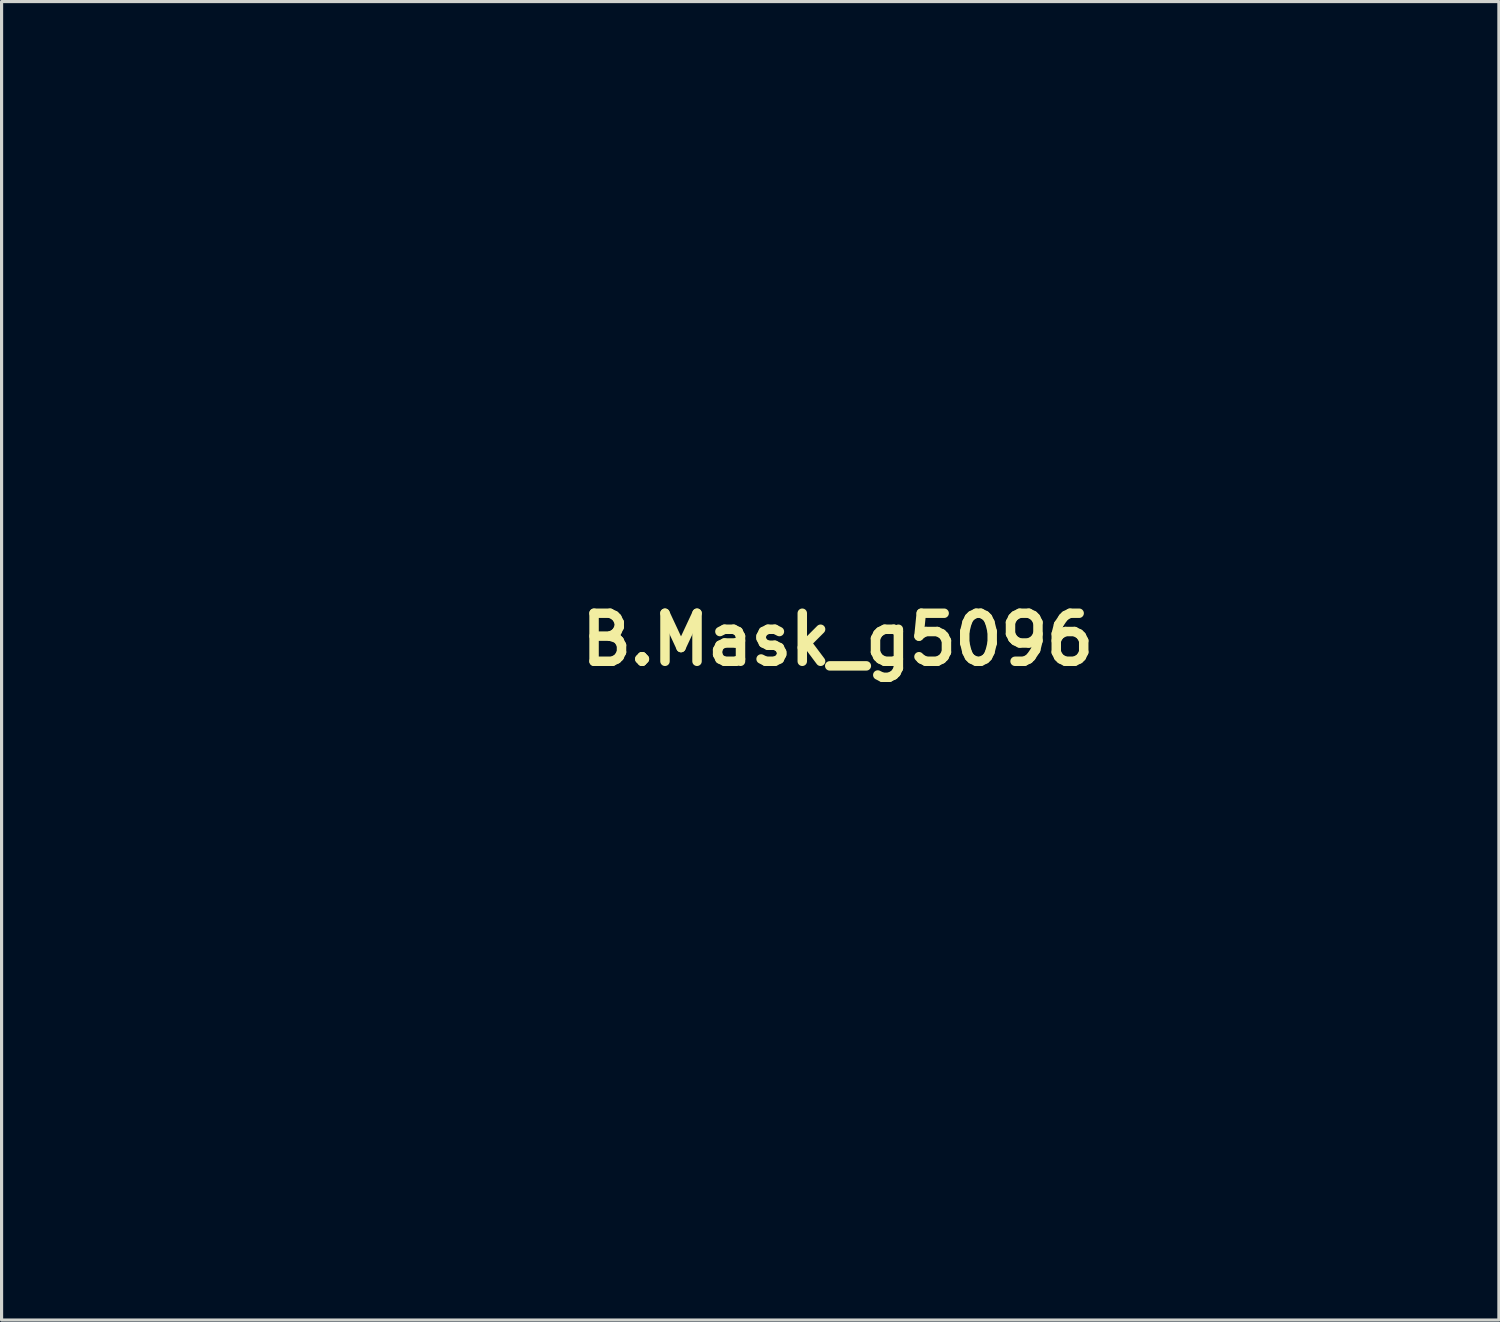
<source format=kicad_pcb>
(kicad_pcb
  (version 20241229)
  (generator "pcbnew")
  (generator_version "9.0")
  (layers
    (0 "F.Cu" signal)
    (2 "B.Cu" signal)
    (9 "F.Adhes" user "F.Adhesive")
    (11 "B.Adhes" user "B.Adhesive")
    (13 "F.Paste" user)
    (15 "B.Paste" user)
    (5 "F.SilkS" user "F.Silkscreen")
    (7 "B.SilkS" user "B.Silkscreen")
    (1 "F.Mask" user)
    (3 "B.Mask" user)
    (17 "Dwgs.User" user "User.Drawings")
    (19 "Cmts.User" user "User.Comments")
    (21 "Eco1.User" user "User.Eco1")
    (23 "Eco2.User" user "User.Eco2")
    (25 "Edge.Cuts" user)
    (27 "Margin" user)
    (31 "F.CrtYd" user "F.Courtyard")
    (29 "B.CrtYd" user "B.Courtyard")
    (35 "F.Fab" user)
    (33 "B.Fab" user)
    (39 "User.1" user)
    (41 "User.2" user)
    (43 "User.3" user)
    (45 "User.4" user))
  (footprint "B.Mask_g5096"
    (layer "F.Cu")
    (at 23.52 17.234)
    (property "Reference" "B.Mask_g5096" (at 0 0 0) (layer "F.SilkS") (effects (font (size 1.524 1.524) (thickness 0.3))))
    (attr through_hole)
    (fp_poly (pts (xy -18.004 12.035) (xy -18.031 12.074) (xy -18.07 12.109) (xy -18.175 12.18) (xy -18.232 12.18) (xy -18.246 12.133) (xy -18.208 12.068) (xy -18.111 12.029) (xy -18.041 12.024) (xy -18.004 12.035)) (stroke (width 0.01) (type solid)) (fill yes) (layer "B.Mask"))
    (fp_poly (pts (xy -18.835 7.513) (xy -18.704 7.551) (xy -18.605 7.603) (xy -18.55 7.663) (xy -18.553 7.727) (xy -18.624 7.788) (xy -18.739 7.819) (xy -18.9 7.829) (xy -19.072 7.818) (xy -19.219 7.787) (xy -19.272 7.765) (xy -19.366 7.689) (xy -19.38 7.613) (xy -19.313 7.549) (xy -19.28 7.534) (xy -19.136 7.5) (xy -18.984 7.494) (xy -18.835 7.513)) (stroke (width 0.01) (type solid)) (fill yes) (layer "B.Mask"))
    (fp_poly (pts (xy -18.487 -1.295) (xy -18.356 -1.248) (xy -18.217 -1.189) (xy -18.04 -1.089) (xy -17.924 -0.99) (xy -17.875 -0.899) (xy -17.886 -0.846) (xy -17.951 -0.813) (xy -18.064 -0.809) (xy -18.196 -0.832) (xy -18.309 -0.875) (xy -18.456 -0.967) (xy -18.569 -1.068) (xy -18.642 -1.166) (xy -18.667 -1.247) (xy -18.637 -1.299) (xy -18.574 -1.312) (xy -18.487 -1.295)) (stroke (width 0.01) (type solid)) (fill yes) (layer "B.Mask"))
    (fp_poly (pts (xy -19.796 15.413) (xy -19.77 15.433) (xy -19.749 15.486) (xy -19.725 15.589) (xy -19.693 15.757) (xy -19.688 15.785) (xy -19.652 15.945) (xy -19.593 16.168) (xy -19.519 16.433) (xy -19.433 16.725) (xy -19.341 17.023) (xy -19.25 17.309) (xy -19.164 17.566) (xy -19.09 17.776) (xy -19.047 17.885) (xy -18.986 18.042) (xy -18.942 18.18) (xy -18.923 18.271) (xy -18.923 18.277) (xy -18.948 18.358) (xy -19.017 18.375) (xy -19.121 18.331) (xy -19.251 18.229) (xy -19.308 18.172) (xy -19.572 17.862) (xy -19.788 17.543) (xy -19.942 17.234) (xy -19.965 17.172) (xy -20.026 16.954) (xy -20.065 16.709) (xy -20.085 16.452) (xy -20.085 16.197) (xy -20.068 15.956) (xy -20.033 15.743) (xy -19.983 15.572) (xy -19.918 15.456) (xy -19.839 15.41) (xy -19.831 15.409) (xy -19.796 15.413)) (stroke (width 0.01) (type solid)) (fill yes) (layer "B.Mask"))
    (fp_poly (pts (xy -22.407 -1.416) (xy -22.37 -1.391) (xy -22.347 -1.35) (xy -22.347 -1.286) (xy -22.372 -1.181) (xy -22.425 -1.019) (xy -22.44 -0.977) (xy -22.5 -0.795) (xy -22.57 -0.561) (xy -22.646 -0.291) (xy -22.725 0.003) (xy -22.803 0.307) (xy -22.878 0.607) (xy -22.945 0.889) (xy -23.001 1.14) (xy -23.043 1.346) (xy -23.067 1.493) (xy -23.072 1.55) (xy -23.107 1.564) (xy -23.15 1.566) (xy -23.223 1.531) (xy -23.276 1.46) (xy -23.314 1.334) (xy -23.348 1.147) (xy -23.375 0.92) (xy -23.393 0.676) (xy -23.4 0.439) (xy -23.394 0.231) (xy -23.394 0.223) (xy -23.369 0.019) (xy -23.328 -0.189) (xy -23.28 -0.358) (xy -23.277 -0.367) (xy -23.167 -0.623) (xy -23.039 -0.859) (xy -22.901 -1.065) (xy -22.761 -1.232) (xy -22.627 -1.353) (xy -22.507 -1.417) (xy -22.407 -1.416)) (stroke (width 0.01) (type solid)) (fill yes) (layer "B.Mask"))
    (fp_poly (pts (xy -22.93 8.915) (xy -22.875 8.96) (xy -22.873 9.048) (xy -22.876 9.065) (xy -22.893 9.195) (xy -22.907 9.395) (xy -22.918 9.646) (xy -22.926 9.934) (xy -22.93 10.241) (xy -22.931 10.551) (xy -22.927 10.849) (xy -22.919 11.118) (xy -22.91 11.299) (xy -22.897 11.528) (xy -22.888 11.73) (xy -22.884 11.888) (xy -22.886 11.986) (xy -22.889 12.008) (xy -22.94 12.062) (xy -23.014 12.04) (xy -23.104 11.948) (xy -23.132 11.906) (xy -23.192 11.796) (xy -23.266 11.632) (xy -23.341 11.442) (xy -23.375 11.345) (xy -23.436 11.16) (xy -23.476 11.01) (xy -23.5 10.866) (xy -23.511 10.699) (xy -23.515 10.481) (xy -23.515 10.435) (xy -23.513 10.201) (xy -23.504 10.023) (xy -23.483 9.873) (xy -23.446 9.722) (xy -23.392 9.547) (xy -23.297 9.3) (xy -23.195 9.106) (xy -23.092 8.974) (xy -22.994 8.912) (xy -22.93 8.915)) (stroke (width 0.01) (type solid)) (fill yes) (layer "B.Mask"))
    (fp_poly (pts (xy 13.942 -16.343) (xy 14.171 -16.278) (xy 14.327 -16.186) (xy 14.488 -16.045) (xy 14.633 -15.88) (xy 14.738 -15.715) (xy 14.773 -15.628) (xy 14.802 -15.455) (xy 14.812 -15.223) (xy 14.805 -14.955) (xy 14.781 -14.675) (xy 14.757 -14.499) (xy 14.728 -14.245) (xy 14.738 -14.066) (xy 14.787 -13.961) (xy 14.877 -13.928) (xy 15.008 -13.968) (xy 15.156 -14.06) (xy 15.451 -14.236) (xy 15.733 -14.33) (xy 15.998 -14.342) (xy 16.243 -14.274) (xy 16.463 -14.125) (xy 16.656 -13.898) (xy 16.79 -13.655) (xy 16.899 -13.326) (xy 16.929 -12.99) (xy 16.878 -12.642) (xy 16.747 -12.278) (xy 16.612 -12.022) (xy 16.512 -11.826) (xy 16.45 -11.648) (xy 16.428 -11.503) (xy 16.45 -11.406) (xy 16.472 -11.384) (xy 16.537 -11.368) (xy 16.666 -11.356) (xy 16.838 -11.348) (xy 16.972 -11.346) (xy 17.412 -11.345) (xy 17.575 -11.168) (xy 17.689 -11.025) (xy 17.802 -10.852) (xy 17.854 -10.756) (xy 17.916 -10.616) (xy 17.95 -10.49) (xy 17.964 -10.343) (xy 17.965 -10.181) (xy 17.939 -9.85) (xy 17.877 -9.518) (xy 17.785 -9.209) (xy 17.668 -8.942) (xy 17.541 -8.747) (xy 17.436 -8.632) (xy 17.361 -8.582) (xy 17.299 -8.594) (xy 17.239 -8.655) (xy 17.163 -8.774) (xy 17.114 -8.878) (xy 17.081 -8.97) (xy 17.028 -9.116) (xy 16.965 -9.292) (xy 16.934 -9.377) (xy 16.775 -9.767) (xy 16.563 -10.205) (xy 16.306 -10.679) (xy 16.011 -11.178) (xy 15.683 -11.688) (xy 15.331 -12.199) (xy 15.134 -12.47) (xy 14.858 -12.809) (xy 14.532 -13.152) (xy 14.147 -13.505) (xy 13.699 -13.873) (xy 13.179 -14.263) (xy 13.006 -14.387) (xy 12.789 -14.545) (xy 12.634 -14.669) (xy 12.532 -14.771) (xy 12.476 -14.863) (xy 12.455 -14.956) (xy 12.461 -15.061) (xy 12.464 -15.08) (xy 12.519 -15.282) (xy 12.617 -15.514) (xy 12.744 -15.743) (xy 12.882 -15.938) (xy 12.893 -15.951) (xy 13.114 -16.149) (xy 13.374 -16.284) (xy 13.655 -16.35) (xy 13.942 -16.343)) (stroke (width 0.01) (type solid)) (fill yes) (layer "B.Mask"))
    (fp_poly (pts (xy -2.301 -17.201) (xy -2.074 -17.111) (xy -1.874 -16.954) (xy -1.694 -16.723) (xy -1.565 -16.493) (xy -1.472 -16.251) (xy -1.44 -16.029) (xy -1.471 -15.841) (xy -1.508 -15.767) (xy -1.57 -15.698) (xy -1.682 -15.594) (xy -1.826 -15.472) (xy -1.942 -15.38) (xy -2.198 -15.167) (xy -2.491 -14.899) (xy -2.81 -14.587) (xy -3.144 -14.245) (xy -3.479 -13.886) (xy -3.804 -13.521) (xy -4.108 -13.163) (xy -4.378 -12.827) (xy -4.56 -12.582) (xy -4.83 -12.177) (xy -5.114 -11.696) (xy -5.413 -11.135) (xy -5.446 -11.07) (xy -5.614 -10.749) (xy -5.752 -10.506) (xy -5.859 -10.343) (xy -5.936 -10.258) (xy -5.967 -10.245) (xy -6.015 -10.274) (xy -6.091 -10.349) (xy -6.12 -10.382) (xy -6.303 -10.661) (xy -6.43 -10.995) (xy -6.499 -11.373) (xy -6.507 -11.784) (xy -6.505 -11.811) (xy -6.466 -12.165) (xy -6.4 -12.443) (xy -6.304 -12.647) (xy -6.177 -12.781) (xy -6.017 -12.85) (xy -5.981 -12.856) (xy -5.774 -12.857) (xy -5.551 -12.814) (xy -5.354 -12.738) (xy -5.288 -12.697) (xy -5.159 -12.627) (xy -5.069 -12.631) (xy -5.016 -12.708) (xy -5.013 -12.721) (xy -5.001 -12.802) (xy -5.007 -12.893) (xy -5.038 -13.007) (xy -5.096 -13.16) (xy -5.187 -13.364) (xy -5.262 -13.525) (xy -5.355 -13.726) (xy -5.418 -13.874) (xy -5.455 -13.992) (xy -5.475 -14.104) (xy -5.481 -14.234) (xy -5.482 -14.352) (xy -5.478 -14.543) (xy -5.462 -14.684) (xy -5.427 -14.81) (xy -5.363 -14.953) (xy -5.343 -14.996) (xy -5.178 -15.27) (xy -4.994 -15.462) (xy -4.792 -15.571) (xy -4.576 -15.598) (xy -4.346 -15.542) (xy -4.104 -15.402) (xy -3.98 -15.3) (xy -3.816 -15.164) (xy -3.69 -15.086) (xy -3.598 -15.07) (xy -3.537 -15.121) (xy -3.501 -15.242) (xy -3.488 -15.437) (xy -3.493 -15.711) (xy -3.497 -15.801) (xy -3.506 -16.145) (xy -3.49 -16.421) (xy -3.447 -16.642) (xy -3.375 -16.823) (xy -3.271 -16.977) (xy -3.255 -16.996) (xy -3.118 -17.115) (xy -2.946 -17.189) (xy -2.721 -17.224) (xy -2.564 -17.229) (xy -2.301 -17.201)) (stroke (width 0.01) (type solid)) (fill yes) (layer "B.Mask"))
    (fp_poly (pts (xy -21.184 -2.134) (xy -21.009 -2.092) (xy -20.794 -2.025) (xy -20.528 -1.932) (xy -20.203 -1.809) (xy -19.81 -1.656) (xy -19.782 -1.645) (xy -18.927 -1.307) (xy -19.012 -1.089) (xy -19.064 -0.962) (xy -19.105 -0.866) (xy -19.121 -0.834) (xy -19.172 -0.82) (xy -19.291 -0.815) (xy -19.462 -0.818) (xy -19.616 -0.825) (xy -19.832 -0.835) (xy -19.97 -0.833) (xy -20.031 -0.815) (xy -20.014 -0.78) (xy -19.918 -0.726) (xy -19.742 -0.651) (xy -19.537 -0.572) (xy -19.358 -0.502) (xy -19.206 -0.44) (xy -19.101 -0.394) (xy -19.065 -0.373) (xy -19.031 -0.308) (xy -19.016 -0.202) (xy -19.016 -0.199) (xy -18.997 -0.101) (xy -18.948 0.047) (xy -18.878 0.218) (xy -18.842 0.294) (xy -18.762 0.476) (xy -18.702 0.641) (xy -18.671 0.766) (xy -18.669 0.794) (xy -18.66 0.937) (xy -18.621 1.026) (xy -18.539 1.073) (xy -18.397 1.091) (xy -18.277 1.091) (xy -18.047 1.106) (xy -17.818 1.15) (xy -17.605 1.218) (xy -17.426 1.303) (xy -17.298 1.398) (xy -17.237 1.496) (xy -17.237 1.499) (xy -17.247 1.605) (xy -17.327 1.666) (xy -17.475 1.681) (xy -17.69 1.651) (xy -17.969 1.576) (xy -18.186 1.503) (xy -18.359 1.441) (xy -18.503 1.392) (xy -18.599 1.361) (xy -18.627 1.355) (xy -18.655 1.392) (xy -18.683 1.484) (xy -18.689 1.513) (xy -18.745 1.729) (xy -18.825 1.874) (xy -18.939 1.963) (xy -19.022 1.993) (xy -19.196 2.04) (xy -19.081 2.124) (xy -18.99 2.219) (xy -18.969 2.308) (xy -19.02 2.375) (xy -19.074 2.396) (xy -19.168 2.406) (xy -19.316 2.406) (xy -19.489 2.397) (xy -19.514 2.395) (xy -19.714 2.384) (xy -19.832 2.394) (xy -19.869 2.423) (xy -19.827 2.471) (xy -19.706 2.535) (xy -19.506 2.617) (xy -19.309 2.686) (xy -19.162 2.738) (xy -19.08 2.778) (xy -19.045 2.82) (xy -19.041 2.878) (xy -19.044 2.903) (xy -19.089 3.116) (xy -19.163 3.279) (xy -19.259 3.376) (xy -19.262 3.377) (xy -19.381 3.407) (xy -19.579 3.414) (xy -19.851 3.398) (xy -20.197 3.36) (xy -20.611 3.298) (xy -20.63 3.295) (xy -20.883 3.257) (xy -21.06 3.237) (xy -21.17 3.236) (xy -21.217 3.251) (xy -21.249 3.311) (xy -21.217 3.371) (xy -21.116 3.434) (xy -20.94 3.504) (xy -20.794 3.551) (xy -20.564 3.627) (xy -20.41 3.69) (xy -20.327 3.745) (xy -20.31 3.797) (xy -20.351 3.851) (xy -20.411 3.893) (xy -20.529 3.952) (xy -20.642 3.971) (xy -20.785 3.954) (xy -20.863 3.937) (xy -21.022 3.875) (xy -21.197 3.768) (xy -21.371 3.631) (xy -21.53 3.478) (xy -21.658 3.325) (xy -21.739 3.185) (xy -21.759 3.097) (xy -21.722 3.013) (xy -21.621 2.914) (xy -21.474 2.81) (xy -21.299 2.71) (xy -21.113 2.626) (xy -20.934 2.566) (xy -20.779 2.54) (xy -20.763 2.54) (xy -20.589 2.521) (xy -20.478 2.458) (xy -20.421 2.339) (xy -20.405 2.162) (xy -20.394 1.987) (xy -20.36 1.884) (xy -20.339 1.861) (xy -20.285 1.777) (xy -20.304 1.687) (xy -20.386 1.599) (xy -20.52 1.523) (xy -20.697 1.468) (xy -20.812 1.449) (xy -20.93 1.443) (xy -20.986 1.466) (xy -20.985 1.531) (xy -20.929 1.649) (xy -20.902 1.698) (xy -20.807 1.868) (xy -21.061 2.098) (xy -21.314 2.303) (xy -21.541 2.433) (xy -21.754 2.492) (xy -21.962 2.482) (xy -22.169 2.409) (xy -22.335 2.301) (xy -22.5 2.147) (xy -22.638 1.975) (xy -22.728 1.809) (xy -22.737 1.782) (xy -22.76 1.661) (xy -21.626 1.661) (xy -21.618 1.712) (xy -21.569 1.772) (xy -21.504 1.751) (xy -21.438 1.672) (xy -21.394 1.564) (xy -21.406 1.48) (xy -21.471 1.44) (xy -21.484 1.439) (xy -21.55 1.476) (xy -21.603 1.561) (xy -21.626 1.661) (xy -22.76 1.661) (xy -22.771 1.606) (xy -22.766 1.459) (xy -22.724 1.357) (xy -22.662 1.32) (xy -22.545 1.28) (xy -22.506 1.207) (xy -22.545 1.103) (xy -22.58 1.056) (xy -22.666 0.893) (xy -22.697 0.688) (xy -22.678 0.461) (xy -22.612 0.23) (xy -22.503 0.017) (xy -22.371 -0.144) (xy -22.272 -0.244) (xy -22.204 -0.324) (xy -22.183 -0.36) (xy -22.157 -0.416) (xy -22.112 -0.473) (xy -22.063 -0.573) (xy -22.049 -0.733) (xy -22.05 -0.768) (xy -22.051 -0.88) (xy -22.035 -0.963) (xy -21.992 -1.041) (xy -21.909 -1.14) (xy -21.824 -1.23) (xy -21.714 -1.35) (xy -21.632 -1.448) (xy -21.592 -1.509) (xy -21.59 -1.516) (xy -21.627 -1.592) (xy -21.73 -1.634) (xy -21.883 -1.635) (xy -21.907 -1.632) (xy -22.024 -1.618) (xy -22.081 -1.628) (xy -22.097 -1.667) (xy -22.098 -1.686) (xy -22.064 -1.768) (xy -21.976 -1.872) (xy -21.853 -1.977) (xy -21.717 -2.067) (xy -21.647 -2.101) (xy -21.548 -2.135) (xy -21.444 -2.154) (xy -21.326 -2.154) (xy -21.184 -2.134)) (stroke (width 0.01) (type solid)) (fill yes) (layer "B.Mask"))
    (fp_poly (pts (xy -18.418 13.492) (xy -18.381 13.516) (xy -18.309 13.55) (xy -18.177 13.591) (xy -18.006 13.633) (xy -17.907 13.653) (xy -17.733 13.687) (xy -17.593 13.716) (xy -17.505 13.737) (xy -17.487 13.744) (xy -17.502 13.78) (xy -17.563 13.855) (xy -17.611 13.906) (xy -17.689 13.996) (xy -17.728 14.061) (xy -17.729 14.078) (xy -17.682 14.072) (xy -17.58 14.033) (xy -17.443 13.971) (xy -17.402 13.95) (xy -17.224 13.869) (xy -17.043 13.801) (xy -16.897 13.759) (xy -16.89 13.758) (xy -16.759 13.738) (xy -16.677 13.746) (xy -16.608 13.787) (xy -16.574 13.817) (xy -16.476 13.886) (xy -16.332 13.96) (xy -16.218 14.007) (xy -16.012 14.105) (xy -15.871 14.228) (xy -15.856 14.246) (xy -15.752 14.354) (xy -15.655 14.384) (xy -15.554 14.335) (xy -15.455 14.228) (xy -15.285 14.058) (xy -15.06 13.897) (xy -14.811 13.764) (xy -14.676 13.711) (xy -14.513 13.666) (xy -14.412 13.666) (xy -14.362 13.715) (xy -14.351 13.791) (xy -14.392 13.911) (xy -14.515 14.048) (xy -14.718 14.202) (xy -15 14.372) (xy -15.11 14.43) (xy -15.297 14.53) (xy -15.42 14.602) (xy -15.49 14.656) (xy -15.519 14.699) (xy -15.519 14.742) (xy -15.517 14.748) (xy -15.493 14.841) (xy -15.46 14.978) (xy -15.442 15.057) (xy -15.417 15.19) (xy -15.419 15.281) (xy -15.457 15.368) (xy -15.506 15.446) (xy -15.619 15.616) (xy -15.461 15.629) (xy -15.361 15.65) (xy -15.319 15.694) (xy -15.337 15.769) (xy -15.418 15.879) (xy -15.564 16.03) (xy -15.654 16.115) (xy -15.785 16.242) (xy -15.884 16.35) (xy -15.94 16.425) (xy -15.946 16.453) (xy -15.896 16.449) (xy -15.79 16.412) (xy -15.645 16.348) (xy -15.544 16.298) (xy -15.383 16.216) (xy -15.25 16.153) (xy -15.162 16.115) (xy -15.138 16.108) (xy -15.101 16.145) (xy -15.057 16.24) (xy -15.014 16.365) (xy -14.982 16.495) (xy -14.966 16.604) (xy -14.97 16.654) (xy -15.027 16.752) (xy -15.143 16.889) (xy -15.306 17.055) (xy -15.506 17.239) (xy -15.732 17.433) (xy -15.973 17.626) (xy -16.218 17.809) (xy -16.351 17.902) (xy -16.476 18.006) (xy -16.563 18.116) (xy -16.599 18.213) (xy -16.58 18.274) (xy -16.535 18.265) (xy -16.434 18.221) (xy -16.294 18.149) (xy -16.183 18.088) (xy -15.946 17.957) (xy -15.773 17.875) (xy -15.66 17.84) (xy -15.603 17.852) (xy -15.596 17.912) (xy -15.636 18.02) (xy -15.663 18.075) (xy -15.806 18.268) (xy -16.009 18.42) (xy -16.255 18.525) (xy -16.526 18.577) (xy -16.804 18.571) (xy -16.965 18.537) (xy -17.062 18.495) (xy -17.099 18.43) (xy -17.103 18.378) (xy -17.077 18.195) (xy -17.007 17.971) (xy -16.903 17.73) (xy -16.775 17.495) (xy -16.635 17.291) (xy -16.589 17.234) (xy -16.465 17.053) (xy -16.422 16.883) (xy -16.46 16.729) (xy -16.517 16.651) (xy -16.586 16.537) (xy -16.602 16.383) (xy -16.602 16.382) (xy -16.612 16.249) (xy -16.653 16.189) (xy -16.653 16.188) (xy -16.741 16.19) (xy -16.867 16.232) (xy -17.01 16.303) (xy -17.146 16.389) (xy -17.253 16.477) (xy -17.31 16.554) (xy -17.314 16.574) (xy -17.277 16.622) (xy -17.185 16.671) (xy -17.145 16.684) (xy -17.04 16.72) (xy -16.981 16.75) (xy -16.976 16.757) (xy -16.985 16.805) (xy -17.01 16.917) (xy -17.047 17.076) (xy -17.084 17.233) (xy -17.168 17.541) (xy -17.26 17.776) (xy -17.366 17.952) (xy -17.495 18.083) (xy -17.655 18.18) (xy -17.664 18.184) (xy -17.921 18.269) (xy -18.169 18.288) (xy -18.394 18.243) (xy -18.582 18.137) (xy -18.696 18.01) (xy -18.743 17.926) (xy -18.743 17.86) (xy -18.698 17.771) (xy -18.639 17.639) (xy -18.627 17.545) (xy -18.664 17.501) (xy -18.713 17.505) (xy -18.827 17.501) (xy -18.939 17.428) (xy -19.042 17.299) (xy -19.129 17.129) (xy -19.155 17.05) (xy -17.772 17.05) (xy -17.743 17.172) (xy -17.743 17.172) (xy -17.686 17.251) (xy -17.632 17.25) (xy -17.591 17.176) (xy -17.576 17.089) (xy -17.574 16.985) (xy -17.6 16.941) (xy -17.652 16.933) (xy -17.739 16.965) (xy -17.772 17.05) (xy -19.155 17.05) (xy -19.193 16.934) (xy -19.229 16.728) (xy -19.228 16.525) (xy -19.21 16.423) (xy -19.172 16.17) (xy -19.179 15.937) (xy -19.231 15.745) (xy -19.29 15.647) (xy -19.362 15.541) (xy -19.379 15.439) (xy -19.37 15.369) (xy -19.334 15.141) (xy -19.315 14.948) (xy -19.314 14.804) (xy -19.331 14.724) (xy -19.34 14.715) (xy -19.421 14.71) (xy -19.516 14.766) (xy -19.603 14.87) (xy -19.624 14.905) (xy -19.686 15) (xy -19.734 15.022) (xy -19.765 14.983) (xy -19.778 14.893) (xy -19.77 14.764) (xy -19.741 14.607) (xy -19.696 14.457) (xy -19.577 14.232) (xy -19.382 14.018) (xy -19.108 13.812) (xy -18.843 13.659) (xy -18.665 13.567) (xy -18.545 13.512) (xy -18.468 13.489) (xy -18.418 13.492)) (stroke (width 0.01) (type solid)) (fill yes) (layer "B.Mask"))
    (fp_poly (pts (xy -19.663 7.885) (xy -19.686 8.052) (xy -19.716 8.167) (xy -19.768 8.246) (xy -19.857 8.302) (xy -19.998 8.351) (xy -20.201 8.405) (xy -20.354 8.448) (xy -20.484 8.491) (xy -20.551 8.519) (xy -20.611 8.556) (xy -20.596 8.579) (xy -20.552 8.598) (xy -20.474 8.611) (xy -20.335 8.615) (xy -20.161 8.612) (xy -20.08 8.607) (xy -19.843 8.596) (xy -19.676 8.599) (xy -19.566 8.62) (xy -19.501 8.663) (xy -19.466 8.73) (xy -19.459 8.759) (xy -19.416 8.854) (xy -19.322 8.986) (xy -19.191 9.135) (xy -19.176 9.151) (xy -19.055 9.286) (xy -18.958 9.413) (xy -18.902 9.51) (xy -18.894 9.533) (xy -18.851 9.642) (xy -18.779 9.744) (xy -18.7 9.81) (xy -18.663 9.821) (xy -18.601 9.799) (xy -18.509 9.743) (xy -18.502 9.738) (xy -18.321 9.649) (xy -18.078 9.591) (xy -17.792 9.569) (xy -17.772 9.568) (xy -17.546 9.582) (xy -17.395 9.624) (xy -17.322 9.694) (xy -17.314 9.733) (xy -17.337 9.83) (xy -17.41 9.907) (xy -17.541 9.967) (xy -17.736 10.011) (xy -18.004 10.044) (xy -18.235 10.061) (xy -18.711 10.088) (xy -18.711 10.333) (xy -18.722 10.542) (xy -18.76 10.69) (xy -18.834 10.797) (xy -18.928 10.87) (xy -19.067 10.958) (xy -18.955 10.987) (xy -18.851 11.029) (xy -18.792 11.075) (xy -18.772 11.152) (xy -18.836 11.232) (xy -18.98 11.314) (xy -19.204 11.399) (xy -19.25 11.413) (xy -19.446 11.479) (xy -19.558 11.531) (xy -19.586 11.57) (xy -19.531 11.596) (xy -19.393 11.609) (xy -19.171 11.609) (xy -19.146 11.609) (xy -18.721 11.597) (xy -18.692 11.833) (xy -18.685 12.022) (xy -18.726 12.162) (xy -18.827 12.273) (xy -18.998 12.374) (xy -19.033 12.39) (xy -19.147 12.434) (xy -19.318 12.49) (xy -19.525 12.552) (xy -19.751 12.616) (xy -19.977 12.676) (xy -20.184 12.727) (xy -20.353 12.765) (xy -20.466 12.784) (xy -20.487 12.785) (xy -20.575 12.818) (xy -20.658 12.894) (xy -20.7 12.98) (xy -20.701 12.992) (xy -20.681 13.014) (xy -20.613 13.025) (xy -20.487 13.027) (xy -20.292 13.02) (xy -20.199 13.014) (xy -19.968 13.004) (xy -19.797 13.005) (xy -19.696 13.015) (xy -19.672 13.026) (xy -19.673 13.096) (xy -19.736 13.185) (xy -19.842 13.275) (xy -19.955 13.339) (xy -20.203 13.407) (xy -20.465 13.399) (xy -20.619 13.358) (xy -20.84 13.265) (xy -21.029 13.163) (xy -21.163 13.064) (xy -21.185 13.042) (xy -21.236 12.976) (xy -21.241 12.915) (xy -21.204 12.822) (xy -21.199 12.811) (xy -21.111 12.67) (xy -20.977 12.506) (xy -20.819 12.341) (xy -20.657 12.196) (xy -20.515 12.093) (xy -20.478 12.074) (xy -20.287 11.961) (xy -20.176 11.834) (xy -20.142 11.685) (xy -20.18 11.506) (xy -20.193 11.473) (xy -20.224 11.357) (xy -20.204 11.246) (xy -20.191 11.213) (xy -20.159 11.117) (xy -20.171 11.062) (xy -20.215 11.022) (xy -20.31 10.985) (xy -20.445 10.971) (xy -20.595 10.977) (xy -20.738 11.001) (xy -20.851 11.04) (xy -20.909 11.09) (xy -20.913 11.107) (xy -20.884 11.168) (xy -20.813 11.254) (xy -20.786 11.282) (xy -20.706 11.365) (xy -20.662 11.426) (xy -20.659 11.436) (xy -20.683 11.503) (xy -20.746 11.618) (xy -20.837 11.763) (xy -20.943 11.919) (xy -21.051 12.068) (xy -21.15 12.192) (xy -21.208 12.255) (xy -21.382 12.425) (xy -21.73 12.425) (xy -21.912 12.422) (xy -22.036 12.408) (xy -22.13 12.378) (xy -22.221 12.325) (xy -22.238 12.314) (xy -22.413 12.167) (xy -22.534 12.01) (xy -22.597 11.857) (xy -22.599 11.719) (xy -22.534 11.608) (xy -22.5 11.582) (xy -22.413 11.498) (xy -22.408 11.453) (xy -21.463 11.453) (xy -21.455 11.555) (xy -21.423 11.592) (xy -21.39 11.591) (xy -21.324 11.544) (xy -21.276 11.461) (xy -21.261 11.35) (xy -21.3 11.28) (xy -21.379 11.269) (xy -21.397 11.275) (xy -21.448 11.339) (xy -21.463 11.453) (xy -22.408 11.453) (xy -22.404 11.419) (xy -22.474 11.356) (xy -22.491 11.349) (xy -22.591 11.294) (xy -22.66 11.209) (xy -22.71 11.072) (xy -22.743 10.923) (xy -22.765 10.644) (xy -22.733 10.377) (xy -22.649 10.147) (xy -22.602 10.07) (xy -22.539 9.965) (xy -22.504 9.879) (xy -22.502 9.87) (xy -22.485 9.777) (xy -22.461 9.685) (xy -22.451 9.562) (xy -22.472 9.403) (xy -22.48 9.367) (xy -22.504 9.263) (xy -22.508 9.18) (xy -22.488 9.094) (xy -22.438 8.979) (xy -22.376 8.854) (xy -22.298 8.69) (xy -22.259 8.583) (xy -22.254 8.517) (xy -22.27 8.484) (xy -22.363 8.429) (xy -22.476 8.447) (xy -22.564 8.509) (xy -22.653 8.574) (xy -22.73 8.591) (xy -22.773 8.559) (xy -22.775 8.54) (xy -22.752 8.454) (xy -22.69 8.328) (xy -22.607 8.189) (xy -22.517 8.064) (xy -22.485 8.027) (xy -22.386 7.932) (xy -22.276 7.859) (xy -22.142 7.804) (xy -21.972 7.764) (xy -21.751 7.734) (xy -21.466 7.713) (xy -21.254 7.701) (xy -20.97 7.689) (xy -20.678 7.679) (xy -20.402 7.671) (xy -20.17 7.666) (xy -20.073 7.665) (xy -19.635 7.662) (xy -19.663 7.885)) (stroke (width 0.01) (type solid)) (fill yes) (layer "B.Mask")))
  (gr_rect
    (start -3 -3)
    (end 44.489 38.817)
    (stroke (width 0.1) (type default))
    (fill no)
    (layer "Edge.Cuts")))
</source>
